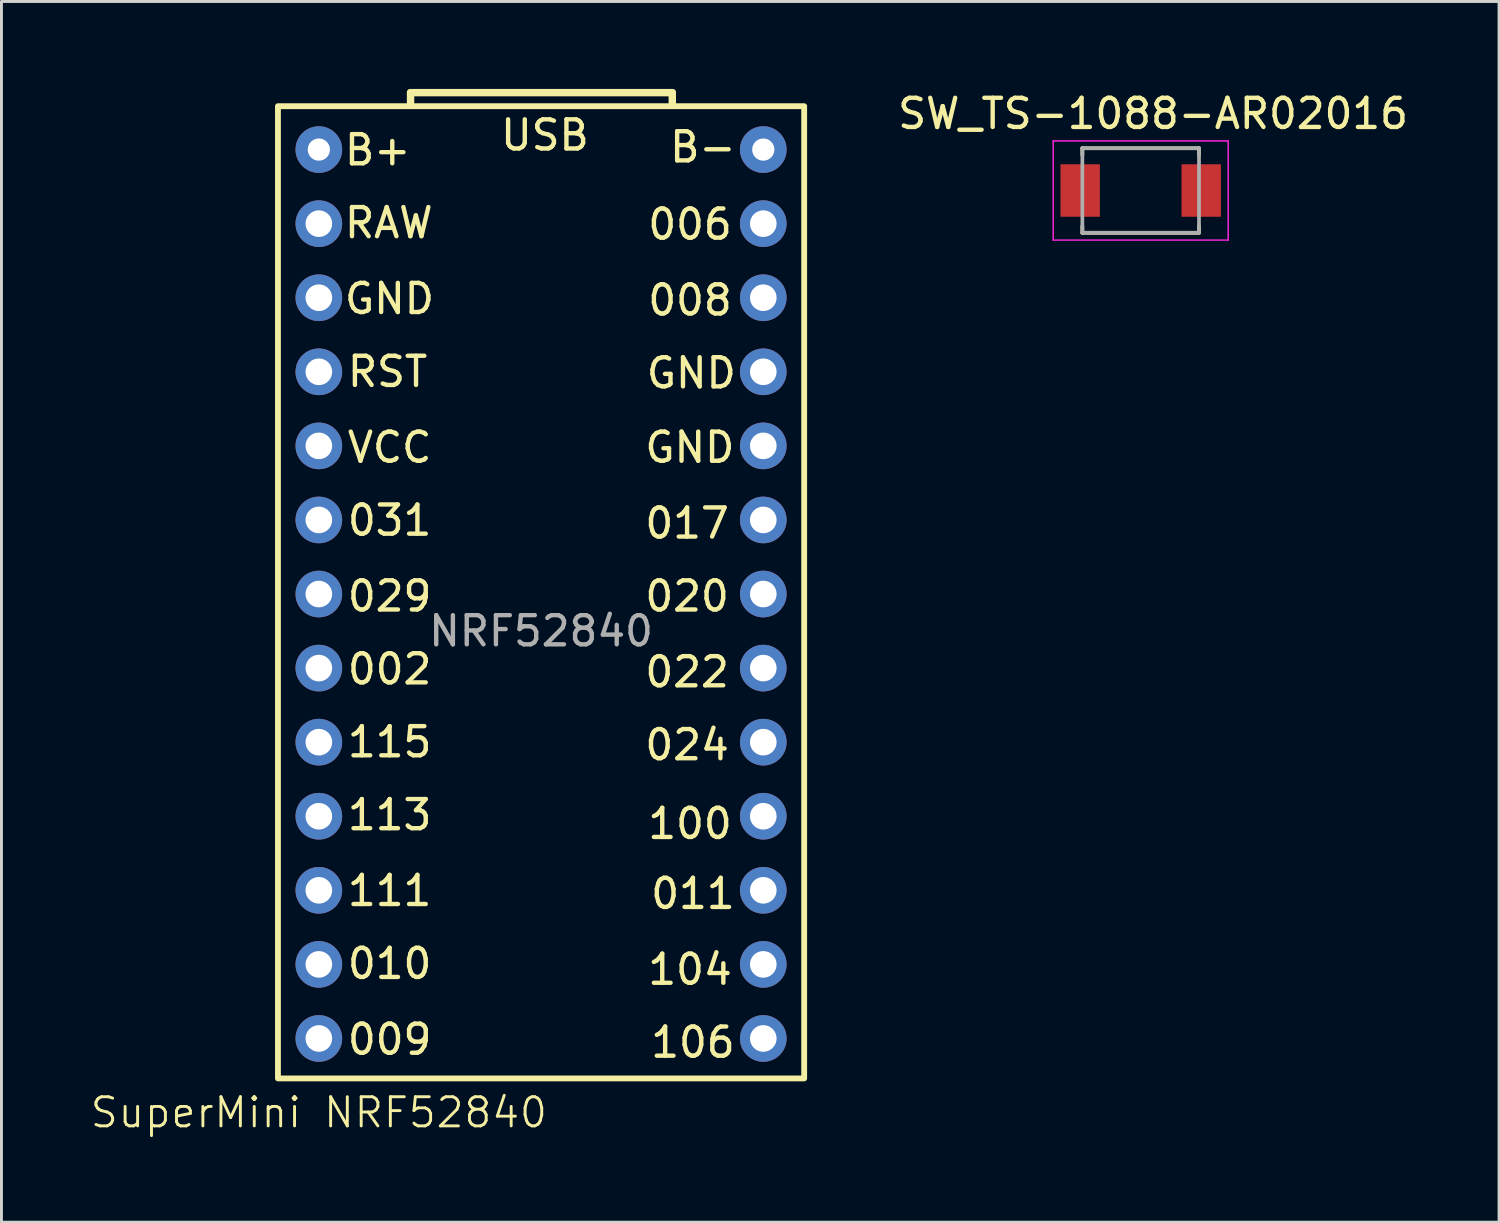
<source format=kicad_pcb>
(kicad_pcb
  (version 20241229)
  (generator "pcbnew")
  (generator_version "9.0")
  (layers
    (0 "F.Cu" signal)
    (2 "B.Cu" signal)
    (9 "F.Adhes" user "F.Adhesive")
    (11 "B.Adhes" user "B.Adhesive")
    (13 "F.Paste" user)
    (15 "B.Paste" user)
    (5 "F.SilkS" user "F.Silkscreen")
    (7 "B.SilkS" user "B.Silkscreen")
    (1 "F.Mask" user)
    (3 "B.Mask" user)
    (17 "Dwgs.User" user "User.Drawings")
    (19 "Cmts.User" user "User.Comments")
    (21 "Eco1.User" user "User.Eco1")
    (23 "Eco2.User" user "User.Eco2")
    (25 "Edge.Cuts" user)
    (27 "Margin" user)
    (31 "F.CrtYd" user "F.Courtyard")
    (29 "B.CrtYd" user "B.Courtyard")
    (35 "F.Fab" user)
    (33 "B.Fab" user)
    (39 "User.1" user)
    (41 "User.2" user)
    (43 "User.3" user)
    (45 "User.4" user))
  (footprint "SW_TS-1088-AR02016"
    (layer "F.Cu")
    (at 36.064 3.483)
    (property "Reference" "SW_TS-1088-AR02016" (at 0.425 -2.635 0) (layer "F.SilkS") (effects (font (size 1 1) (thickness 0.15))))
    (attr smd)
    (fp_line (start -2 -1.45) (end 2 -1.45) (stroke (width 0.127) (type solid)) (layer "F.SilkS"))
    (fp_line (start -2 -1.22) (end -2 -1.45) (stroke (width 0.127) (type solid)) (layer "F.SilkS"))
    (fp_line (start -2 1.45) (end -2 1.22) (stroke (width 0.127) (type solid)) (layer "F.SilkS"))
    (fp_line (start 2 -1.45) (end 2 -1.22) (stroke (width 0.127) (type solid)) (layer "F.SilkS"))
    (fp_line (start 2 1.45) (end -2 1.45) (stroke (width 0.127) (type solid)) (layer "F.SilkS"))
    (fp_line (start 2 1.45) (end 2 1.22) (stroke (width 0.127) (type solid)) (layer "F.SilkS"))
    (fp_line (start -3 -1.7) (end -3 1.7) (stroke (width 0.05) (type solid)) (layer "F.CrtYd"))
    (fp_line (start -3 1.7) (end 3 1.7) (stroke (width 0.05) (type solid)) (layer "F.CrtYd"))
    (fp_line (start 3 -1.7) (end -3 -1.7) (stroke (width 0.05) (type solid)) (layer "F.CrtYd"))
    (fp_line (start 3 1.7) (end 3 -1.7) (stroke (width 0.05) (type solid)) (layer "F.CrtYd"))
    (fp_line (start -2 -1.45) (end 2 -1.45) (stroke (width 0.127) (type solid)) (layer "F.Fab"))
    (fp_line (start -2 1.45) (end -2 -1.45) (stroke (width 0.127) (type solid)) (layer "F.Fab"))
    (fp_line (start 2 -1.45) (end 2 1.45) (stroke (width 0.127) (type solid)) (layer "F.Fab"))
    (fp_line (start 2 1.45) (end -2 1.45) (stroke (width 0.127) (type solid)) (layer "F.Fab"))
    (pad "1" smd rect (at -2.075 0) (size 1.35 1.8) (layers "F.Cu" "F.Mask" "F.Paste"))
    (pad "2" smd rect (at 2.075 0) (size 1.35 1.8) (layers "F.Cu" "F.Mask" "F.Paste")))
  (footprint "SuperMini NRF52840"
    (layer "F.Cu")
    (at 7.883 2.079)
    (property "Reference" "SuperMini NRF52840" (at 0 33.02 0) (unlocked yes) (layer "F.SilkS") (effects (font (size 1 1) (thickness 0.1))))
    (attr through_hole)
    (fp_line (start 3.145 -1.952) (end 3.145 -1.6) (stroke (width 0.254) (type solid)) (layer "F.SilkS"))
    (fp_line (start 3.145 -1.952) (end 12.12 -1.952) (stroke (width 0.254) (type solid)) (layer "F.SilkS"))
    (fp_line (start 3.145 -1.5) (end 12.12 -1.5) (stroke (width 0.1) (type default)) (layer "F.SilkS"))
    (fp_line (start 12.12 -1.6) (end 12.12 -1.952) (stroke (width 0.254) (type solid)) (layer "F.SilkS"))
    (fp_rect (start 16.642 -1.488) (end -1.402 31.85) (stroke (width 0.2) (type default)) (fill no) (layer "F.SilkS"))
    (fp_text user "029" (at 0.9 15.9 0) (unlocked yes) (layer "F.SilkS") (effects (font (size 1 1) (thickness 0.15)) (justify left bottom)))
    (fp_text user "B+" (at 0.8 0.6 0) (unlocked yes) (layer "F.SilkS") (effects (font (size 1 1) (thickness 0.15)) (justify left bottom)))
    (fp_text user "002" (at 0.9 18.4 0) (unlocked yes) (layer "F.SilkS") (effects (font (size 1 1) (thickness 0.15)) (justify left bottom)))
    (fp_text user "106" (at 11.3 31.2 0) (unlocked yes) (layer "F.SilkS") (effects (font (size 1 1) (thickness 0.15)) (justify left bottom)))
    (fp_text user "006" (at 11.2 3.15 0) (unlocked yes) (layer "F.SilkS") (effects (font (size 1 1) (thickness 0.15)) (justify left bottom)))
    (fp_text user "115" (at 0.9 20.9 0) (unlocked yes) (layer "F.SilkS") (effects (font (size 1 1) (thickness 0.15)) (justify left bottom)))
    (fp_text user "009" (at 0.9 31.1 0) (unlocked yes) (layer "F.SilkS") (effects (font (size 1 1) (thickness 0.15)) (justify left bottom)))
    (fp_text user "GND" (at 11.15 8.25 0) (unlocked yes) (layer "F.SilkS") (effects (font (size 1 1) (thickness 0.15)) (justify left bottom)))
    (fp_text user "024" (at 11.1 21 0) (unlocked yes) (layer "F.SilkS") (effects (font (size 1 1) (thickness 0.15)) (justify left bottom)))
    (fp_text user "111" (at 0.9 26 0) (unlocked yes) (layer "F.SilkS") (effects (font (size 1 1) (thickness 0.15)) (justify left bottom)))
    (fp_text user "113" (at 0.9 23.4 0) (unlocked yes) (layer "F.SilkS") (effects (font (size 1 1) (thickness 0.15)) (justify left bottom)))
    (fp_text user "RST" (at 0.9 8.2 0) (unlocked yes) (layer "F.SilkS") (effects (font (size 1 1) (thickness 0.15)) (justify left bottom)))
    (fp_text user "104" (at 11.2 28.7 0) (unlocked yes) (layer "F.SilkS") (effects (font (size 1 1) (thickness 0.15)) (justify left bottom)))
    (fp_text user "008" (at 11.2 5.75 0) (unlocked yes) (layer "F.SilkS") (effects (font (size 1 1) (thickness 0.15)) (justify left bottom)))
    (fp_text user "RAW" (at 0.8 3.1 0) (unlocked yes) (layer "F.SilkS") (effects (font (size 1 1) (thickness 0.15)) (justify left bottom)))
    (fp_text user "020" (at 11.1 15.9 0) (unlocked yes) (layer "F.SilkS") (effects (font (size 1 1) (thickness 0.15)) (justify left bottom)))
    (fp_text user "017" (at 11.1 13.4 0) (unlocked yes) (layer "F.SilkS") (effects (font (size 1 1) (thickness 0.15)) (justify left bottom)))
    (fp_text user "011" (at 11.3 26.1 0) (unlocked yes) (layer "F.SilkS") (effects (font (size 1 1) (thickness 0.15)) (justify left bottom)))
    (fp_text user "010" (at 0.9 28.5 0) (unlocked yes) (layer "F.SilkS") (effects (font (size 1 1) (thickness 0.15)) (justify left bottom)))
    (fp_text user "VCC" (at 0.9 10.8 0) (unlocked yes) (layer "F.SilkS") (effects (font (size 1 1) (thickness 0.15)) (justify left bottom)))
    (fp_text user "GND" (at 0.8 5.7 0) (unlocked yes) (layer "F.SilkS") (effects (font (size 1 1) (thickness 0.15)) (justify left bottom)))
    (fp_text user "100" (at 11.2 23.7 0) (unlocked yes) (layer "F.SilkS") (effects (font (size 1 1) (thickness 0.15)) (justify left bottom)))
    (fp_text user "USB" (at 7.752 0.092 0) (unlocked yes) (layer "F.SilkS") (effects (font (size 1 1) (thickness 0.15)) (justify bottom)))
    (fp_text user "GND" (at 11.1 10.8 0) (unlocked yes) (layer "F.SilkS") (effects (font (size 1 1) (thickness 0.15)) (justify left bottom)))
    (fp_text user "031" (at 0.9 13.3 0) (unlocked yes) (layer "F.SilkS") (effects (font (size 1 1) (thickness 0.15)) (justify left bottom)))
    (fp_text user "B-" (at 11.95 0.5 0) (unlocked yes) (layer "F.SilkS") (effects (font (size 1 1) (thickness 0.15)) (justify left bottom)))
    (fp_text user "022" (at 11.1 18.5 0) (unlocked yes) (layer "F.SilkS") (effects (font (size 1 1) (thickness 0.15)) (justify left bottom)))
    (fp_text user "NRF52840" (at 7.62 16.51 0) (unlocked yes) (layer "F.Fab") (effects (font (size 1 1) (thickness 0.15))))
    (pad "1" thru_hole circle (at 0 2.54 90) (size 1.6 1.6) (drill 0.914) (layers "*.Cu" "*.Mask"))
    (pad "2" thru_hole circle (at 0 5.08 90) (size 1.6 1.6) (drill 0.914) (layers "*.Cu" "*.Mask"))
    (pad "3" thru_hole circle (at 0 7.62 90) (size 1.6 1.6) (drill 0.914) (layers "*.Cu" "*.Mask"))
    (pad "4" thru_hole circle (at 0 10.16 90) (size 1.6 1.6) (drill 0.914) (layers "*.Cu" "*.Mask"))
    (pad "5" thru_hole circle (at 0 12.7 90) (size 1.6 1.6) (drill 0.914) (layers "*.Cu" "*.Mask"))
    (pad "6" thru_hole circle (at 0 15.24 90) (size 1.6 1.6) (drill 0.914) (layers "*.Cu" "*.Mask"))
    (pad "7" thru_hole circle (at 0 17.78 90) (size 1.6 1.6) (drill 0.914) (layers "*.Cu" "*.Mask"))
    (pad "8" thru_hole circle (at 0 20.32 90) (size 1.6 1.6) (drill 0.914) (layers "*.Cu" "*.Mask"))
    (pad "9" thru_hole circle (at 0 22.86 90) (size 1.6 1.6) (drill 0.914) (layers "*.Cu" "*.Mask"))
    (pad "10" thru_hole circle (at 0 25.4 90) (size 1.6 1.6) (drill 0.914) (layers "*.Cu" "*.Mask"))
    (pad "11" thru_hole circle (at 0 27.94 90) (size 1.6 1.6) (drill 0.914) (layers "*.Cu" "*.Mask"))
    (pad "12" thru_hole circle (at 0 30.48 90) (size 1.6 1.6) (drill 0.914) (layers "*.Cu" "*.Mask"))
    (pad "13" thru_hole circle (at 15.24 2.54 270) (size 1.6 1.6) (drill 0.914) (layers "*.Cu" "*.Mask"))
    (pad "14" thru_hole circle (at 15.24 5.08 270) (size 1.6 1.6) (drill 0.914) (layers "*.Cu" "*.Mask"))
    (pad "15" thru_hole circle (at 15.24 7.62 270) (size 1.6 1.6) (drill 0.914) (layers "*.Cu" "*.Mask"))
    (pad "16" thru_hole circle (at 15.24 10.16 270) (size 1.6 1.6) (drill 0.914) (layers "*.Cu" "*.Mask"))
    (pad "17" thru_hole circle (at 15.24 12.7 270) (size 1.6 1.6) (drill 0.914) (layers "*.Cu" "*.Mask"))
    (pad "18" thru_hole circle (at 15.24 15.24 270) (size 1.6 1.6) (drill 0.914) (layers "*.Cu" "*.Mask"))
    (pad "19" thru_hole circle (at 15.24 17.78 270) (size 1.6 1.6) (drill 0.914) (layers "*.Cu" "*.Mask"))
    (pad "20" thru_hole circle (at 15.24 20.32 270) (size 1.6 1.6) (drill 0.914) (layers "*.Cu" "*.Mask"))
    (pad "21" thru_hole circle (at 15.24 22.86 270) (size 1.6 1.6) (drill 0.914) (layers "*.Cu" "*.Mask"))
    (pad "22" thru_hole circle (at 15.24 25.4 270) (size 1.6 1.6) (drill 0.914) (layers "*.Cu" "*.Mask"))
    (pad "23" thru_hole circle (at 15.24 27.94 270) (size 1.6 1.6) (drill 0.914) (layers "*.Cu" "*.Mask"))
    (pad "24" thru_hole circle (at 15.24 30.48 270) (size 1.6 1.6) (drill 0.914) (layers "*.Cu" "*.Mask"))
    (pad "28" thru_hole circle (at 0 0 90) (size 1.6 1.6) (drill 0.762) (layers "*.Cu" "*.Mask"))
    (pad "29" thru_hole circle (at 15.24 -0.00001 270) (size 1.6 1.6) (drill 0.762) (layers "*.Cu" "*.Mask")))
  (gr_rect
    (start -3 -3)
    (end 48.352 38.86)
    (stroke (width 0.1) (type default))
    (fill no)
    (layer "Edge.Cuts")))
</source>
